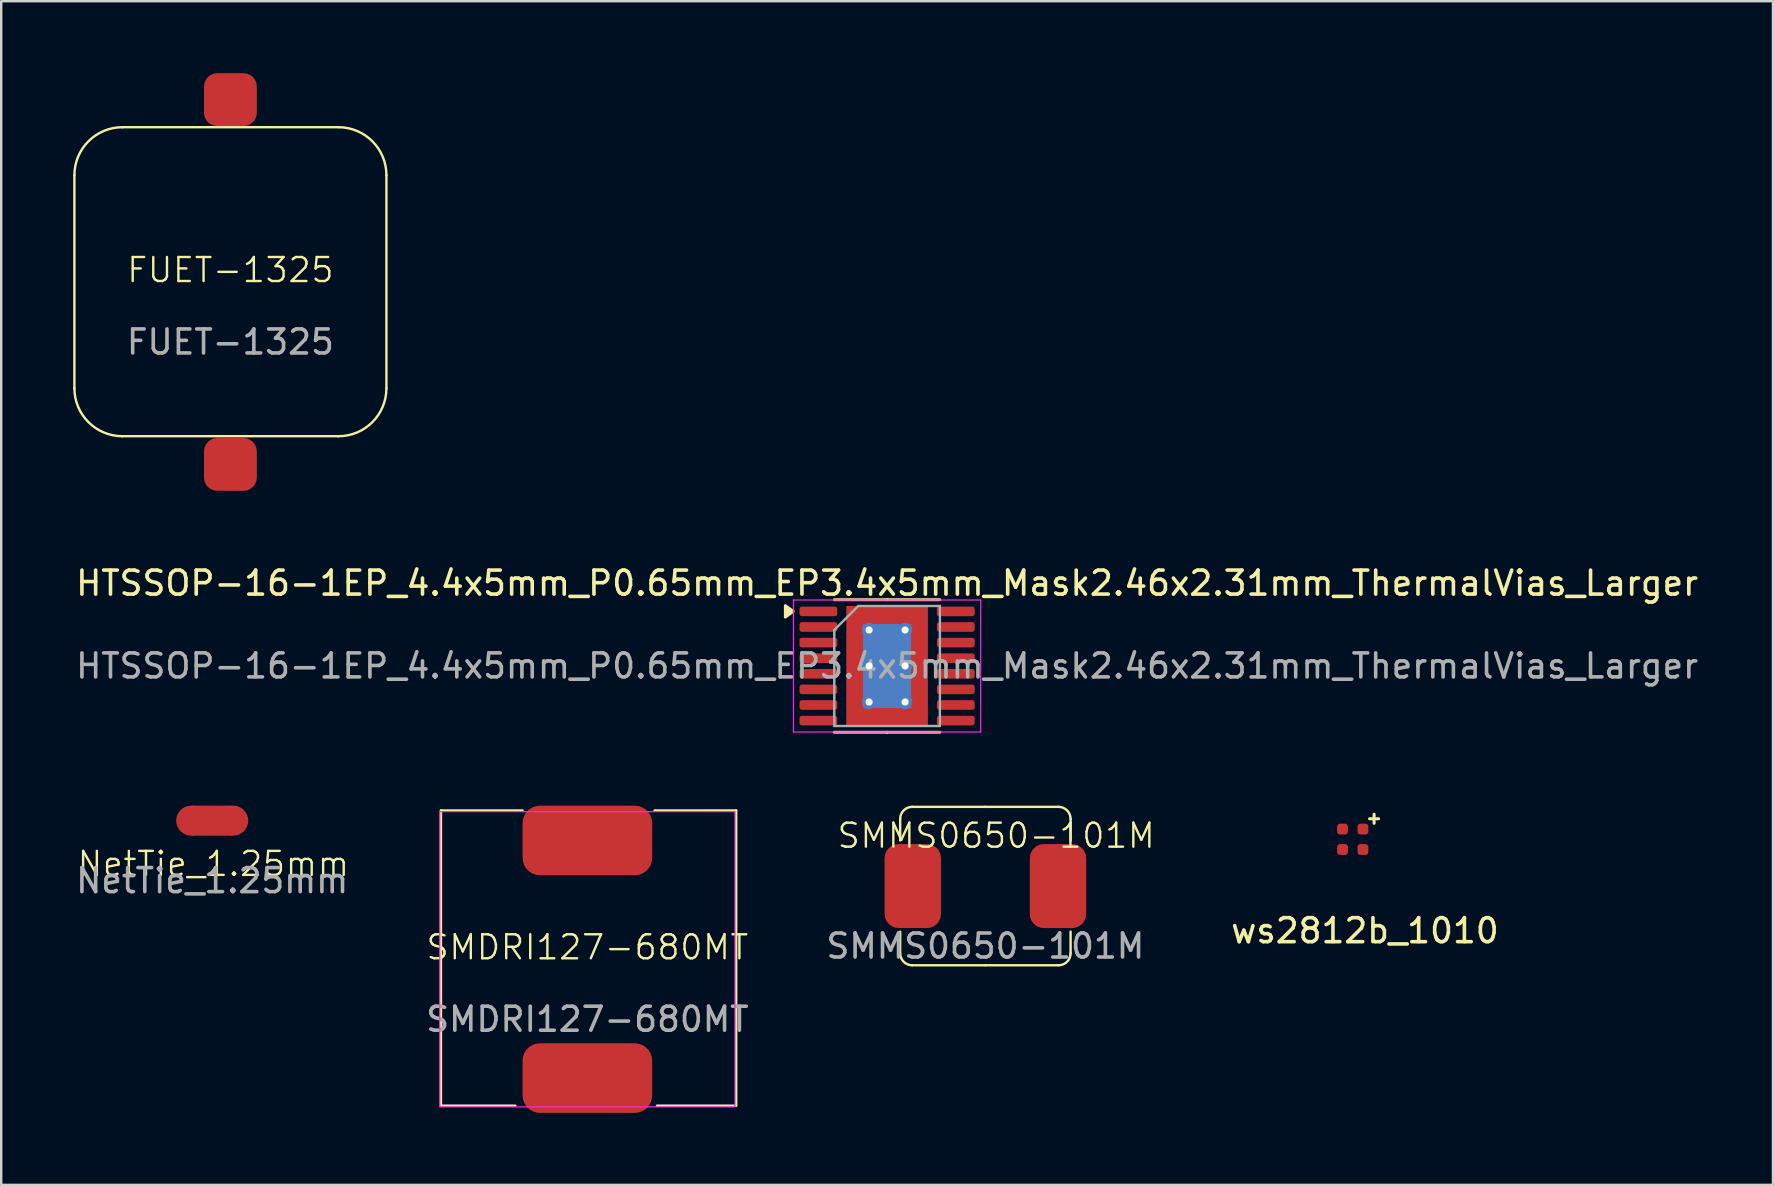
<source format=kicad_pcb>
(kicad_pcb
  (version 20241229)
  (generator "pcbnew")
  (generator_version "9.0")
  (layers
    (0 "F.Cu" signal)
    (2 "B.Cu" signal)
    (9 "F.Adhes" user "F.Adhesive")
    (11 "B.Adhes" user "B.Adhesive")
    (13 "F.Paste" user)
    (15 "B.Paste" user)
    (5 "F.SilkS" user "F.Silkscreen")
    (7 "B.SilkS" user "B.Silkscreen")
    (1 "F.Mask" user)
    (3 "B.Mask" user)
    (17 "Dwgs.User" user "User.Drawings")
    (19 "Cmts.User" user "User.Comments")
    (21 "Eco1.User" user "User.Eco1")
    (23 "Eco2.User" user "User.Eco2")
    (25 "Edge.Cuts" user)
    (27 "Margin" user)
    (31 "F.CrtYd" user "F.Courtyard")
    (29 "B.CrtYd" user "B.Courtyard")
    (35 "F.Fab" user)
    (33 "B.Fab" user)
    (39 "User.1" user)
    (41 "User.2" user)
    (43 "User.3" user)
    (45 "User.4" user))
  (footprint "SMMS0650-101M"
    (layer "F.Cu")
    (at 38.006 33.868)
    (property "Reference" "SMMS0650-101M" (at 0.45 -2.1 0) (unlocked yes) (layer "F.SilkS") (effects (font (size 1 1) (thickness 0.1))))
    (attr smd)
    (fp_line (start -3.55 -2.8) (end -3.55 -1.9) (stroke (width 0.1) (type default)) (layer "F.SilkS"))
    (fp_line (start -3.55 2.8) (end -3.55 1.9) (stroke (width 0.1) (type default)) (layer "F.SilkS"))
    (fp_line (start 0 -3.3) (end -3.05 -3.3) (stroke (width 0.1) (type default)) (layer "F.SilkS"))
    (fp_line (start 0 -3.3) (end 3.05 -3.3) (stroke (width 0.1) (type default)) (layer "F.SilkS"))
    (fp_line (start 0 3.3) (end -3.05 3.3) (stroke (width 0.1) (type default)) (layer "F.SilkS"))
    (fp_line (start 0 3.3) (end 3.05 3.3) (stroke (width 0.1) (type default)) (layer "F.SilkS"))
    (fp_line (start 3.55 -2.8) (end 3.55 -1.9) (stroke (width 0.1) (type default)) (layer "F.SilkS"))
    (fp_line (start 3.55 2.8) (end 3.55 1.9) (stroke (width 0.1) (type default)) (layer "F.SilkS"))
    (fp_arc (start -3.55 -2.8) (mid -3.403553 -3.153553) (end -3.05 -3.3) (stroke (width 0.1) (type default)) (layer "F.SilkS"))
    (fp_arc (start -3.05 3.3) (mid -3.403553 3.153553) (end -3.55 2.8) (stroke (width 0.1) (type default)) (layer "F.SilkS"))
    (fp_arc (start 3.05 -3.3) (mid 3.403553 -3.153553) (end 3.55 -2.8) (stroke (width 0.1) (type default)) (layer "F.SilkS"))
    (fp_arc (start 3.55 2.8) (mid 3.403553 3.153553) (end 3.05 3.3) (stroke (width 0.1) (type default)) (layer "F.SilkS"))
    (fp_text user "${REFERENCE}" (at 0 2.5 0) (unlocked yes) (layer "F.Fab") (effects (font (size 1 1) (thickness 0.15))))
    (pad "1" smd roundrect (at 3.025 0) (size 2.35 3.5) (layers "F.Cu" "F.Mask" "F.Paste") (roundrect_rratio 0.25))
    (pad "2" smd roundrect (at -3.025 0) (size 2.35 3.5) (layers "F.Cu" "F.Mask" "F.Paste") (roundrect_rratio 0.25)))
  (footprint "ws2812b_1010"
    (layer "F.Cu")
    (at 53.313 31.919)
    (property "Reference" "ws2812b_1010" (at 0.508 3.81 0) (unlocked yes) (layer "F.SilkS") (effects (font (size 1 1) (thickness 0.15))))
    (attr smd)
    (fp_text user "+" (at 0.889 -0.889 0) (unlocked yes) (layer "F.SilkS") (effects (font (size 0.5 0.5) (thickness 0.125))))
    (pad "1" smd roundrect (at -0.425 -0.425) (size 0.45 0.45) (layers "F.Cu" "F.Mask" "F.Paste") (roundrect_rratio 0.25))
    (pad "2" smd roundrect (at 0.425 -0.425) (size 0.45 0.45) (layers "F.Cu" "F.Mask" "F.Paste") (roundrect_rratio 0.25))
    (pad "3" smd roundrect (at -0.425 0.425) (size 0.45 0.45) (layers "F.Cu" "F.Mask" "F.Paste") (roundrect_rratio 0.25))
    (pad "4" smd roundrect (at 0.425 0.425) (size 0.45 0.45) (layers "F.Cu" "F.Mask" "F.Paste") (roundrect_rratio 0.25)))
  (footprint "FUET-1325"
    (layer "F.Cu")
    (at 6.55 8.7)
    (property "Reference" "FUET-1325" (at 0 -0.5 0) (unlocked yes) (layer "F.SilkS") (effects (font (size 1 1) (thickness 0.1))))
    (attr smd)
    (fp_line (start -6.5 4.425) (end -6.5 -4.45) (stroke (width 0.1) (type default)) (layer "F.SilkS"))
    (fp_line (start -4.5 -6.45) (end 4.5 -6.45) (stroke (width 0.1) (type default)) (layer "F.SilkS"))
    (fp_line (start 4.5 6.425) (end -4.5 6.425) (stroke (width 0.1) (type default)) (layer "F.SilkS"))
    (fp_line (start 6.5 -4.45) (end 6.5 4.425) (stroke (width 0.1) (type default)) (layer "F.SilkS"))
    (fp_arc (start -6.5 -4.45) (mid -5.914214 -5.864214) (end -4.5 -6.45) (stroke (width 0.1) (type default)) (layer "F.SilkS"))
    (fp_arc (start -4.5 6.425) (mid -5.914214 5.839214) (end -6.5 4.425) (stroke (width 0.1) (type default)) (layer "F.SilkS"))
    (fp_arc (start 4.5 -6.45) (mid 5.914214 -5.864214) (end 6.5 -4.45) (stroke (width 0.1) (type default)) (layer "F.SilkS"))
    (fp_arc (start 6.5 4.425) (mid 5.914214 5.839214) (end 4.5 6.425) (stroke (width 0.1) (type default)) (layer "F.SilkS"))
    (fp_text user "${REFERENCE}" (at 0 2.5 0) (unlocked yes) (layer "F.Fab") (effects (font (size 1 1) (thickness 0.15))))
    (pad "1" smd roundrect (at 0 7.6) (size 2.2 2.2) (layers "F.Cu" "F.Mask" "F.Paste") (roundrect_rratio 0.25))
    (pad "2" smd roundrect (at 0 -7.6) (size 2.2 2.2) (layers "F.Cu" "F.Mask" "F.Paste") (roundrect_rratio 0.25)))
  (footprint "HTSSOP-16-1EP_4.4x5mm_P0.65mm_EP3.4x5mm_Mask2.46x2.31mm_ThermalVias_Larger"
    (layer "F.Cu")
    (at 33.911 24.698)
    (property "Reference" "HTSSOP-16-1EP_4.4x5mm_P0.65mm_EP3.4x5mm_Mask2.46x2.31mm_ThermalVias_Larger" (at 0 -3.45 0) (layer "F.SilkS") (effects (font (size 1 1) (thickness 0.15))))
    (attr smd)
    (fp_line (start 0 -2.76) (end -2.2 -2.76) (stroke (width 0.12) (type solid)) (layer "F.SilkS"))
    (fp_line (start 0 -2.76) (end 2.2 -2.76) (stroke (width 0.12) (type solid)) (layer "F.SilkS"))
    (fp_line (start 0 2.76) (end -2.2 2.76) (stroke (width 0.12) (type solid)) (layer "F.SilkS"))
    (fp_line (start 0 2.76) (end 2.2 2.76) (stroke (width 0.12) (type solid)) (layer "F.SilkS"))
    (fp_poly (pts (xy -3.91 -2.275) (xy -4.24 -2.515) (xy -4.24 -2.035) (xy -3.91 -2.275)) (stroke (width 0.12) (type solid)) (fill yes) (layer "F.SilkS"))
    (fp_line (start -3.9 -2.75) (end -3.9 2.75) (stroke (width 0.05) (type solid)) (layer "F.CrtYd"))
    (fp_line (start -3.9 2.75) (end 3.9 2.75) (stroke (width 0.05) (type solid)) (layer "F.CrtYd"))
    (fp_line (start 3.9 -2.75) (end -3.9 -2.75) (stroke (width 0.05) (type solid)) (layer "F.CrtYd"))
    (fp_line (start 3.9 2.75) (end 3.9 -2.75) (stroke (width 0.05) (type solid)) (layer "F.CrtYd"))
    (fp_line (start -2.2 -1.5) (end -1.2 -2.5) (stroke (width 0.1) (type solid)) (layer "F.Fab"))
    (fp_line (start -2.2 2.5) (end -2.2 -1.5) (stroke (width 0.1) (type solid)) (layer "F.Fab"))
    (fp_line (start -1.2 -2.5) (end 2.2 -2.5) (stroke (width 0.1) (type solid)) (layer "F.Fab"))
    (fp_line (start 2.2 -2.5) (end 2.2 2.5) (stroke (width 0.1) (type solid)) (layer "F.Fab"))
    (fp_line (start 2.2 2.5) (end -2.2 2.5) (stroke (width 0.1) (type solid)) (layer "F.Fab"))
    (fp_text user "${REFERENCE}" (at 0 0 0) (layer "F.Fab") (effects (font (size 1 1) (thickness 0.15))))
    (pad "" smd roundrect (at 0 -0.58) (size 1.98 0.93) (layers "F.Paste") (roundrect_rratio 0.25))
    (pad "" smd rect (at 0 0) (size 2.46 2.31) (layers "F.Mask"))
    (pad "" smd roundrect (at 0 0.58) (size 1.98 0.93) (layers "F.Paste") (roundrect_rratio 0.25))
    (pad "1" smd roundrect (at -2.862 -2.275) (size 1.575 0.4) (layers "F.Cu" "F.Mask" "F.Paste") (roundrect_rratio 0.25))
    (pad "2" smd roundrect (at -2.862 -1.625) (size 1.575 0.4) (layers "F.Cu" "F.Mask" "F.Paste") (roundrect_rratio 0.25))
    (pad "3" smd roundrect (at -2.862 -0.975) (size 1.575 0.4) (layers "F.Cu" "F.Mask" "F.Paste") (roundrect_rratio 0.25))
    (pad "4" smd roundrect (at -2.862 -0.325) (size 1.575 0.4) (layers "F.Cu" "F.Mask" "F.Paste") (roundrect_rratio 0.25))
    (pad "5" smd roundrect (at -2.862 0.325) (size 1.575 0.4) (layers "F.Cu" "F.Mask" "F.Paste") (roundrect_rratio 0.25))
    (pad "6" smd roundrect (at -2.862 0.975) (size 1.575 0.4) (layers "F.Cu" "F.Mask" "F.Paste") (roundrect_rratio 0.25))
    (pad "7" smd roundrect (at -2.862 1.625) (size 1.575 0.4) (layers "F.Cu" "F.Mask" "F.Paste") (roundrect_rratio 0.25))
    (pad "8" smd roundrect (at -2.862 2.275) (size 1.575 0.4) (layers "F.Cu" "F.Mask" "F.Paste") (roundrect_rratio 0.25))
    (pad "9" smd roundrect (at 2.862 2.275) (size 1.575 0.4) (layers "F.Cu" "F.Mask" "F.Paste") (roundrect_rratio 0.25))
    (pad "10" smd roundrect (at 2.862 1.625) (size 1.575 0.4) (layers "F.Cu" "F.Mask" "F.Paste") (roundrect_rratio 0.25))
    (pad "11" smd roundrect (at 2.862 0.975) (size 1.575 0.4) (layers "F.Cu" "F.Mask" "F.Paste") (roundrect_rratio 0.25))
    (pad "12" smd roundrect (at 2.862 0.325) (size 1.575 0.4) (layers "F.Cu" "F.Mask" "F.Paste") (roundrect_rratio 0.25))
    (pad "13" smd roundrect (at 2.862 -0.325) (size 1.575 0.4) (layers "F.Cu" "F.Mask" "F.Paste") (roundrect_rratio 0.25))
    (pad "14" smd roundrect (at 2.862 -0.975) (size 1.575 0.4) (layers "F.Cu" "F.Mask" "F.Paste") (roundrect_rratio 0.25))
    (pad "15" smd roundrect (at 2.862 -1.625) (size 1.575 0.4) (layers "F.Cu" "F.Mask" "F.Paste") (roundrect_rratio 0.25))
    (pad "16" smd roundrect (at 2.862 -2.275) (size 1.575 0.4) (layers "F.Cu" "F.Mask" "F.Paste") (roundrect_rratio 0.25))
    (pad "17" thru_hole circle (at -0.75 -1.5) (size 0.6 0.6) (drill 0.3) (property pad_prop_heatsink) (layers "*.Cu"))
    (pad "17" thru_hole circle (at -0.75 0) (size 0.6 0.6) (drill 0.3) (property pad_prop_heatsink) (layers "*.Cu"))
    (pad "17" thru_hole circle (at -0.75 1.5) (size 0.6 0.6) (drill 0.3) (property pad_prop_heatsink) (layers "*.Cu"))
    (pad "17" smd rect (at 0 0) (size 2 3.5) (property pad_prop_heatsink) (layers "B.Cu"))
    (pad "17" smd rect (at 0 0) (size 3.4 5) (property pad_prop_heatsink) (layers "F.Cu"))
    (pad "17" thru_hole circle (at 0.75 -1.5) (size 0.6 0.6) (drill 0.3) (property pad_prop_heatsink) (layers "*.Cu"))
    (pad "17" thru_hole circle (at 0.75 0) (size 0.6 0.6) (drill 0.3) (property pad_prop_heatsink) (layers "*.Cu"))
    (pad "17" thru_hole circle (at 0.75 1.5) (size 0.6 0.6) (drill 0.3) (property pad_prop_heatsink) (layers "*.Cu")))
  (footprint "NetTie_1.25mm"
    (layer "F.Cu")
    (at 5.792 31.143)
    (property "Reference" "NetTie_1.25mm" (at 0.05 1.8 0) (unlocked yes) (layer "F.SilkS") (effects (font (size 1 1) (thickness 0.1))))
    (attr smd)
    (fp_poly (pts (xy -0.85 -0.625) (xy 0.85 -0.625) (xy 0.85 0.625) (xy -0.85 0.625)) (stroke (width 0) (type solid)) (fill yes) (layer "F.Cu"))
    (fp_text user "${REFERENCE}" (at 0 2.5 0) (unlocked yes) (layer "F.Fab") (effects (font (size 1 1) (thickness 0.15))))
    (pad "1" smd oval (at -0.875 0) (size 1.25 1.25) (layers "F.Cu"))
    (pad "2" smd oval (at 0.875 0) (size 1.25 1.25) (layers "F.Cu")))
  (footprint "SMDRI127-680MT"
    (layer "F.Cu")
    (at 21.423 36.918)
    (property "Reference" "SMDRI127-680MT" (at 0 -0.5 0) (unlocked yes) (layer "F.SilkS") (effects (font (size 1 1) (thickness 0.1))))
    (attr smd)
    (fp_line (start -6.1 -6.2) (end -6.1 6.1) (stroke (width 0.1) (type default)) (layer "F.SilkS"))
    (fp_line (start -6.1 -6.2) (end -2.7 -6.2) (stroke (width 0.1) (type default)) (layer "F.SilkS"))
    (fp_line (start -6.1 6.1) (end -3 6.1) (stroke (width 0.1) (type default)) (layer "F.SilkS"))
    (fp_line (start 6.2 -6.2) (end 2.8 -6.2) (stroke (width 0.1) (type default)) (layer "F.SilkS"))
    (fp_line (start 6.2 -6.2) (end 6.2 6.1) (stroke (width 0.1) (type default)) (layer "F.SilkS"))
    (fp_line (start 6.2 6.1) (end 2.9 6.1) (stroke (width 0.1) (type default)) (layer "F.SilkS"))
    (fp_rect (start -6.15 -6.15) (end 6.15 6.15) (stroke (width 0.05) (type default)) (fill no) (layer "F.CrtYd"))
    (fp_text user "${REFERENCE}" (at 0 2.5 0) (unlocked yes) (layer "F.Fab") (effects (font (size 1 1) (thickness 0.15))))
    (pad "1" smd roundrect (at 0 -4.95) (size 5.4 2.9) (layers "F.Cu" "F.Mask" "F.Paste") (roundrect_rratio 0.25))
    (pad "2" smd roundrect (at 0 4.95) (size 5.4 2.9) (layers "F.Cu" "F.Mask" "F.Paste") (roundrect_rratio 0.25)))
  (gr_rect
    (start -3 -3)
    (end 70.821 46.318)
    (stroke (width 0.1) (type default))
    (fill no)
    (layer "Edge.Cuts")))
</source>
